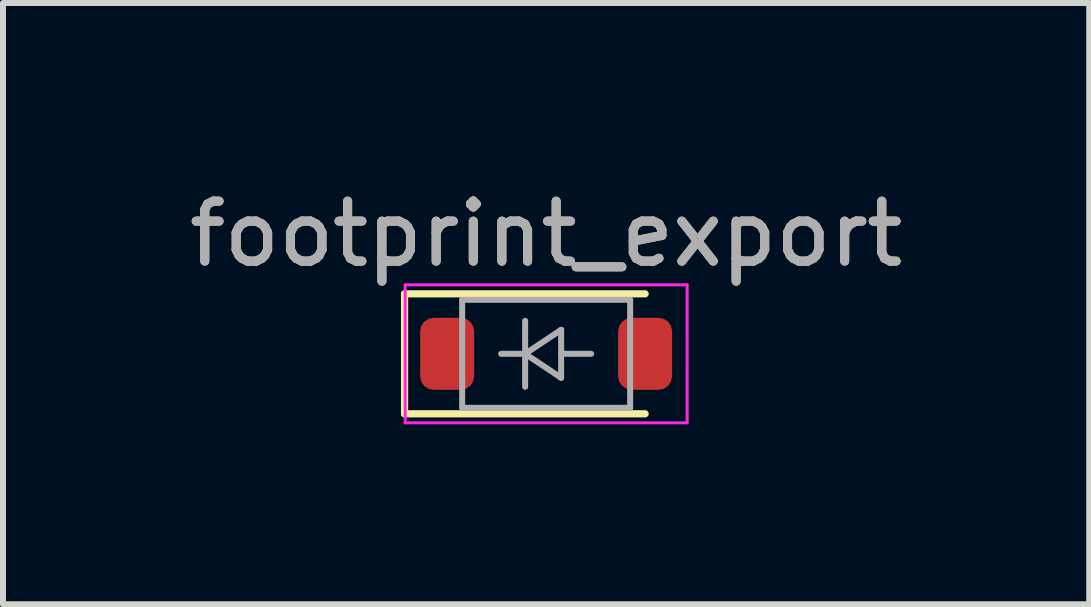
<source format=kicad_pcb>
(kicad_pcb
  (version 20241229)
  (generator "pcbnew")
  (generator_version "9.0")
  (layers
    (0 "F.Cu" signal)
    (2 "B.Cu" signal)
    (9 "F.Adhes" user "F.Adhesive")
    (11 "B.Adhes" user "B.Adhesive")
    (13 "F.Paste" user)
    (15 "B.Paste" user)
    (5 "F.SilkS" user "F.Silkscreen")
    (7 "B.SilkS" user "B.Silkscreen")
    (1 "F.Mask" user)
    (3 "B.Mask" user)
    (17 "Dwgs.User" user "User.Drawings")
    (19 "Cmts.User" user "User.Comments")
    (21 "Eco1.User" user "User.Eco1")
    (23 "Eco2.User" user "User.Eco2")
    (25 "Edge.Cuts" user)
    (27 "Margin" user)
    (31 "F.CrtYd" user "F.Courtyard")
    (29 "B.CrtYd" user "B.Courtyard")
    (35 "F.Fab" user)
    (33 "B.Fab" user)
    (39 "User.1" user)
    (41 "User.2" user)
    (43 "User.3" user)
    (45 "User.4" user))
  (footprint "footprint_export"
    (layer "F.Cu")
    (at 6.054 2.848)
    (property "Reference" "footprint_export" (at 0 -2 0) (layer "F.SilkS") (effects (font (size 1 1) (thickness 0.15))))
    (attr smd)
    (fp_line (start -2.36 -1) (end -2.36 1) (stroke (width 0.12) (type solid)) (layer "F.SilkS"))
    (fp_line (start -2.36 -1) (end 1.65 -1) (stroke (width 0.12) (type solid)) (layer "F.SilkS"))
    (fp_line (start -2.36 1) (end 1.65 1) (stroke (width 0.12) (type solid)) (layer "F.SilkS"))
    (fp_line (start -2.35 -1.15) (end -2.35 1.15) (stroke (width 0.05) (type solid)) (layer "F.CrtYd"))
    (fp_line (start -2.35 -1.15) (end 2.35 -1.15) (stroke (width 0.05) (type solid)) (layer "F.CrtYd"))
    (fp_line (start 2.35 -1.15) (end 2.35 1.15) (stroke (width 0.05) (type solid)) (layer "F.CrtYd"))
    (fp_line (start 2.35 1.15) (end -2.35 1.15) (stroke (width 0.05) (type solid)) (layer "F.CrtYd"))
    (fp_line (start -1.4 -0.9) (end 1.4 -0.9) (stroke (width 0.1) (type solid)) (layer "F.Fab"))
    (fp_line (start -1.4 0.9) (end -1.4 -0.9) (stroke (width 0.1) (type solid)) (layer "F.Fab"))
    (fp_line (start -0.75 0) (end -0.35 0) (stroke (width 0.1) (type solid)) (layer "F.Fab"))
    (fp_line (start -0.35 0) (end -0.35 -0.55) (stroke (width 0.1) (type solid)) (layer "F.Fab"))
    (fp_line (start -0.35 0) (end -0.35 0.55) (stroke (width 0.1) (type solid)) (layer "F.Fab"))
    (fp_line (start -0.35 0) (end 0.25 -0.4) (stroke (width 0.1) (type solid)) (layer "F.Fab"))
    (fp_line (start 0.25 -0.4) (end 0.25 0.4) (stroke (width 0.1) (type solid)) (layer "F.Fab"))
    (fp_line (start 0.25 0) (end 0.75 0) (stroke (width 0.1) (type solid)) (layer "F.Fab"))
    (fp_line (start 0.25 0.4) (end -0.35 0) (stroke (width 0.1) (type solid)) (layer "F.Fab"))
    (fp_line (start 1.4 -0.9) (end 1.4 0.9) (stroke (width 0.1) (type solid)) (layer "F.Fab"))
    (fp_line (start 1.4 0.9) (end -1.4 0.9) (stroke (width 0.1) (type solid)) (layer "F.Fab"))
    (fp_text user "${REFERENCE}" (at 0 -2 0) (layer "F.Fab") (effects (font (size 1 1) (thickness 0.15))))
    (pad "1" smd roundrect (at -1.65 0) (size 0.9 1.2) (layers "F.Cu" "F.Mask" "F.Paste") (roundrect_rratio 0.25))
    (pad "2" smd roundrect (at 1.65 0) (size 0.9 1.2) (layers "F.Cu" "F.Mask" "F.Paste") (roundrect_rratio 0.25)))
  (gr_rect
    (start -3 -3)
    (end 15.107 7.023)
    (stroke (width 0.1) (type default))
    (fill no)
    (layer "Edge.Cuts")))
</source>
